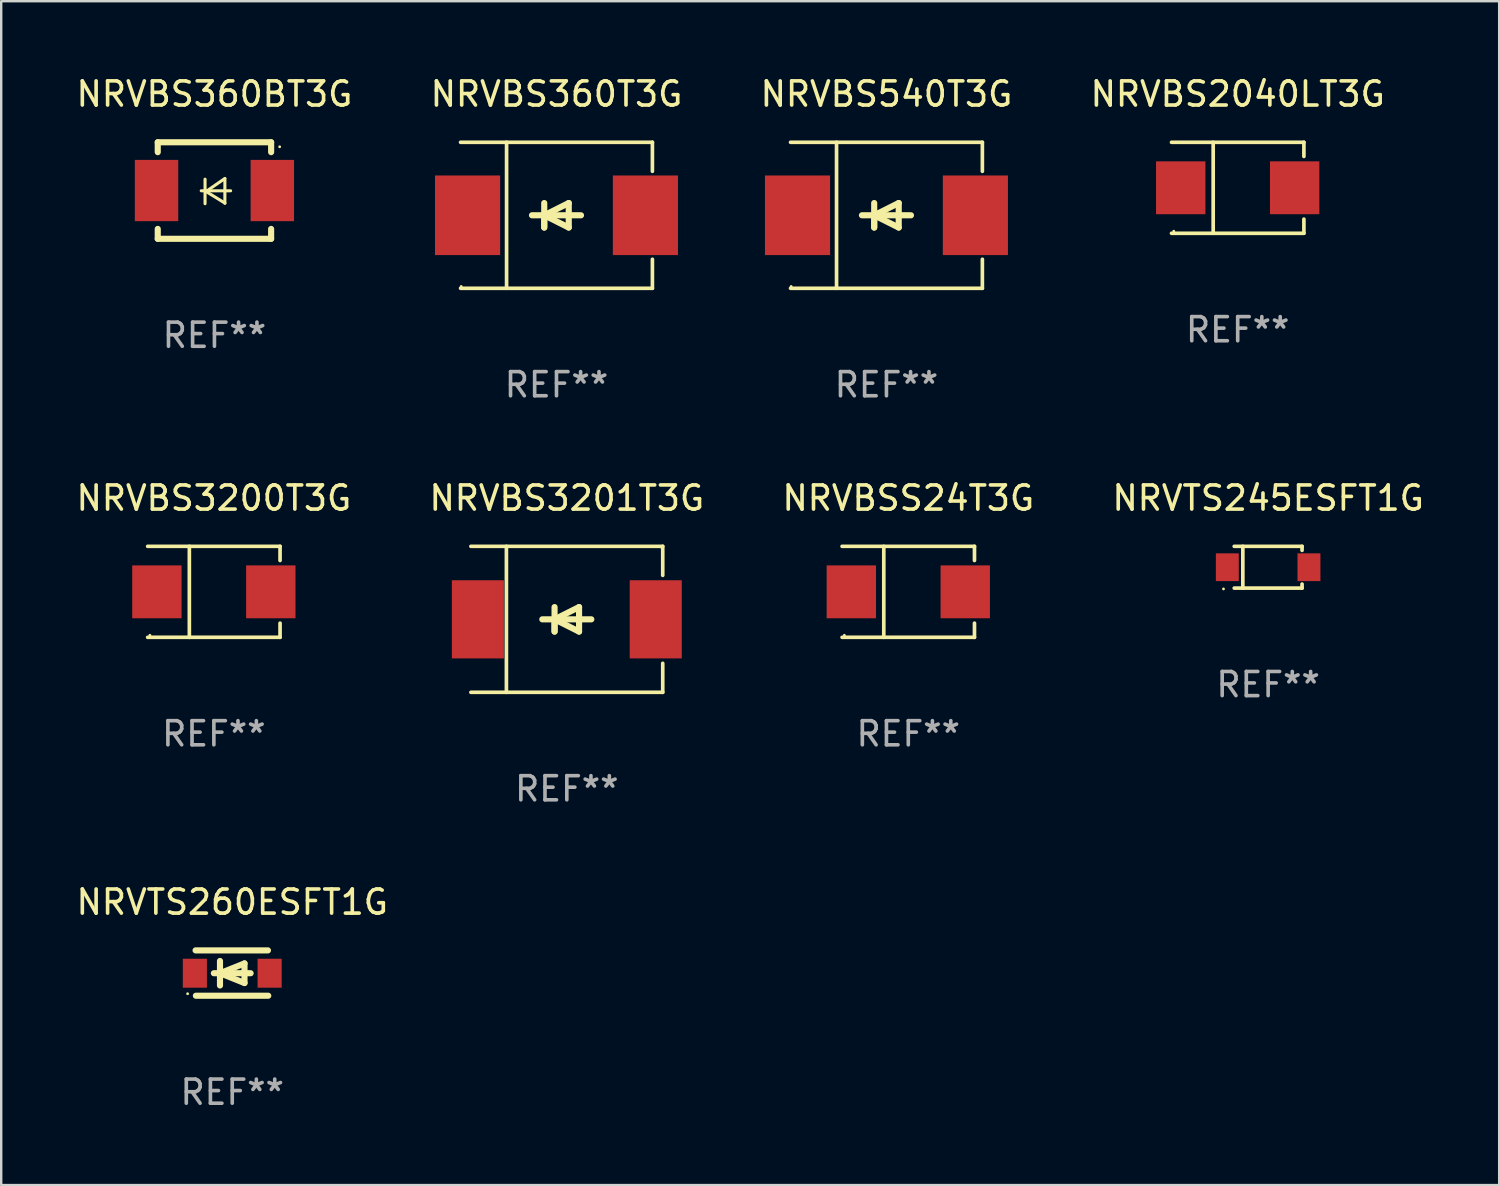
<source format=kicad_pcb>
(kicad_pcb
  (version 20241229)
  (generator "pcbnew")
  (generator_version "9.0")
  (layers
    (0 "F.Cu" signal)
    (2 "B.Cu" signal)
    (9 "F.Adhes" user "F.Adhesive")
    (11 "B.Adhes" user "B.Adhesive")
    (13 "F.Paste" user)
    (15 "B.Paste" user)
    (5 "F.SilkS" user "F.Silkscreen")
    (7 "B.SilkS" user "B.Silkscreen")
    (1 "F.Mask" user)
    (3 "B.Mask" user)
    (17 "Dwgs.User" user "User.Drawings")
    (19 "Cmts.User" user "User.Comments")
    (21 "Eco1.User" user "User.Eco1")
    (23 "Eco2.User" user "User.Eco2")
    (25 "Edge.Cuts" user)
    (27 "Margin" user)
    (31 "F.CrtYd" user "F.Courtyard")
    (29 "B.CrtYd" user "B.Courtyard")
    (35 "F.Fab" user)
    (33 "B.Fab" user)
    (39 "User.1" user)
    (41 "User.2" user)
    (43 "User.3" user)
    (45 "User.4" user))
  (footprint "NRVBS2040LT3G"
    (layer "F.Cu")
    (at 48.256 4.734)
    (property "Reference" "NRVBS2040LT3G" (at 0 -3.886 0) (layer "F.SilkS") (effects (font (size 1 1) (thickness 0.15))))
    (attr through_hole)
    (fp_line (start -2.744 -1.886) (end 2.744 -1.886) (stroke (width 0.152) (type solid)) (layer "F.SilkS"))
    (fp_line (start -2.744 1.886) (end 2.744 1.886) (stroke (width 0.152) (type solid)) (layer "F.SilkS"))
    (fp_line (start -1.016 -1.886) (end -1.016 1.886) (stroke (width 0.152) (type solid)) (layer "F.SilkS"))
    (fp_line (start 2.744 -1.886) (end 2.744 -1.299) (stroke (width 0.152) (type solid)) (layer "F.SilkS"))
    (fp_line (start 2.744 1.886) (end 2.744 1.299) (stroke (width 0.152) (type solid)) (layer "F.SilkS"))
    (fp_circle (center -2.65 1.8) (end -2.62 1.8) (stroke (width 0.06) (type solid)) (fill no) (layer "F.SilkS"))
    (fp_text user "REF**" (at 0 5.886 0) (layer "F.Fab") (effects (font (size 1 1) (thickness 0.15))))
    (pad "1" smd rect (at -2.361 0) (size 2.047 2.192) (layers "F.Cu" "F.Mask" "F.Paste"))
    (pad "2" smd rect (at 2.361 0) (size 2.047 2.192) (layers "F.Cu" "F.Mask" "F.Paste")))
  (footprint "NRVBS360BT3G"
    (layer "F.Cu")
    (at 5.839 4.848)
    (property "Reference" "NRVBS360BT3G" (at 0 -4 0) (layer "F.SilkS") (effects (font (size 1 1) (thickness 0.15))))
    (attr through_hole)
    (fp_line (start -2.35 -2) (end -2.35 -1.591) (stroke (width 0.254) (type solid)) (layer "F.SilkS"))
    (fp_line (start -2.35 -2) (end 2.35 -2) (stroke (width 0.254) (type solid)) (layer "F.SilkS"))
    (fp_line (start -2.35 1.591) (end -2.35 2) (stroke (width 0.254) (type solid)) (layer "F.SilkS"))
    (fp_line (start -2.35 2) (end 2.35 2) (stroke (width 0.254) (type solid)) (layer "F.SilkS"))
    (fp_line (start -0.548 0.01) (end 0.671 0.01) (stroke (width 0.127) (type solid)) (layer "F.SilkS"))
    (fp_line (start -0.389 -0.47) (end -0.389 0.546) (stroke (width 0.127) (type solid)) (layer "F.SilkS"))
    (fp_line (start -0.35 0.04) (end 0.433 0.52) (stroke (width 0.127) (type solid)) (layer "F.SilkS"))
    (fp_line (start 0.433 -0.5) (end -0.35 0.04) (stroke (width 0.127) (type solid)) (layer "F.SilkS"))
    (fp_line (start 0.433 0.53) (end 0.433 -0.486) (stroke (width 0.127) (type solid)) (layer "F.SilkS"))
    (fp_line (start 2.35 -2) (end 2.35 -1.591) (stroke (width 0.254) (type solid)) (layer "F.SilkS"))
    (fp_line (start 2.35 1.591) (end 2.35 2) (stroke (width 0.254) (type solid)) (layer "F.SilkS"))
    (fp_circle (center 2.704 -1.813) (end 2.734 -1.813) (stroke (width 0.06) (type solid)) (fill no) (layer "F.SilkS"))
    (fp_text user "REF**" (at 0 6 0) (layer "F.Fab") (effects (font (size 1 1) (thickness 0.15))))
    (pad "1" smd rect (at 2.4 0) (size 1.8 2.54) (layers "F.Cu" "F.Mask" "F.Paste"))
    (pad "2" smd rect (at -2.4 0) (size 1.8 2.54) (layers "F.Cu" "F.Mask" "F.Paste")))
  (footprint "NRVTS260ESFT1G"
    (layer "F.Cu")
    (at 6.577 37.286)
    (property "Reference" "NRVTS260ESFT1G" (at 0 -2.94 0) (layer "F.SilkS") (effects (font (size 1 1) (thickness 0.15))))
    (attr through_hole)
    (fp_line (start -1.52 -0.94) (end 1.48 -0.94) (stroke (width 0.254) (type solid)) (layer "F.SilkS"))
    (fp_line (start -1.507 0.94) (end 1.493 0.94) (stroke (width 0.254) (type solid)) (layer "F.SilkS"))
    (fp_line (start -0.762 0.007) (end 0.762 0.007) (stroke (width 0.254) (type solid)) (layer "F.SilkS"))
    (fp_line (start -0.508 -0.501) (end -0.508 0.515) (stroke (width 0.254) (type solid)) (layer "F.SilkS"))
    (fp_line (start -0.508 0.007) (end 0.508 -0.4) (stroke (width 0.254) (type solid)) (layer "F.SilkS"))
    (fp_line (start 0.508 -0.4) (end 0.508 0.413) (stroke (width 0.254) (type solid)) (layer "F.SilkS"))
    (fp_line (start 0.508 0.413) (end -0.508 0.007) (stroke (width 0.254) (type solid)) (layer "F.SilkS"))
    (fp_circle (center -1.85 0.857) (end -1.82 0.857) (stroke (width 0.06) (type solid)) (fill no) (layer "F.SilkS"))
    (fp_text user "REF**" (at 0 4.94 0) (layer "F.Fab") (effects (font (size 1 1) (thickness 0.15))))
    (pad "1" smd rect (at -1.55 0.007) (size 1 1.2) (layers "F.Cu" "F.Mask" "F.Paste"))
    (pad "2" smd rect (at 1.55 0.007) (size 1 1.2) (layers "F.Cu" "F.Mask" "F.Paste")))
  (footprint "NRVBS3201T3G"
    (layer "F.Cu")
    (at 20.446 22.623)
    (property "Reference" "NRVBS3201T3G" (at 0 -5.026 0) (layer "F.SilkS") (effects (font (size 1 1) (thickness 0.15))))
    (attr through_hole)
    (fp_line (start -3.976 -3.026) (end 3.976 -3.026) (stroke (width 0.152) (type solid)) (layer "F.SilkS"))
    (fp_line (start -3.976 3.026) (end 3.976 3.026) (stroke (width 0.152) (type solid)) (layer "F.SilkS"))
    (fp_line (start -2.504 -3.026) (end -2.504 3.026) (stroke (width 0.152) (type solid)) (layer "F.SilkS"))
    (fp_line (start -0.508 0) (end -0.508 0.508) (stroke (width 0.254) (type solid)) (layer "F.SilkS"))
    (fp_line (start -0.508 0) (end 0.508 0.508) (stroke (width 0.254) (type solid)) (layer "F.SilkS"))
    (fp_line (start -0.508 0.508) (end -0.508 -0.508) (stroke (width 0.254) (type solid)) (layer "F.SilkS"))
    (fp_line (start 0.508 -0.508) (end -0.508 0) (stroke (width 0.254) (type solid)) (layer "F.SilkS"))
    (fp_line (start 0.508 0.508) (end 0.508 -0.508) (stroke (width 0.254) (type solid)) (layer "F.SilkS"))
    (fp_line (start 1.016 0) (end -1.016 0) (stroke (width 0.254) (type solid)) (layer "F.SilkS"))
    (fp_line (start 3.976 -3.026) (end 3.976 -1.823) (stroke (width 0.152) (type solid)) (layer "F.SilkS"))
    (fp_line (start 3.976 3.026) (end 3.976 1.823) (stroke (width 0.152) (type solid)) (layer "F.SilkS"))
    (fp_circle (center 3.95 -2.95) (end 3.98 -2.95) (stroke (width 0.06) (type solid)) (fill no) (layer "F.SilkS"))
    (fp_text user "REF**" (at 0 7.026 0) (layer "F.Fab") (effects (font (size 1 1) (thickness 0.15))))
    (pad "1" smd rect (at 3.686 0 180) (size 2.158 3.24) (layers "F.Cu" "F.Mask" "F.Paste"))
    (pad "2" smd rect (at -3.686 0 180) (size 2.158 3.24) (layers "F.Cu" "F.Mask" "F.Paste")))
  (footprint "NRVTS245ESFT1G"
    (layer "F.Cu")
    (at 49.518 20.463)
    (property "Reference" "NRVTS245ESFT1G" (at 0 -2.866 0) (layer "F.SilkS") (effects (font (size 1 1) (thickness 0.15))))
    (attr through_hole)
    (fp_line (start -1.406 -0.866) (end 1.406 -0.866) (stroke (width 0.152) (type solid)) (layer "F.SilkS"))
    (fp_line (start -1.406 0.866) (end 1.406 0.866) (stroke (width 0.152) (type solid)) (layer "F.SilkS"))
    (fp_line (start -1.049 -0.866) (end -1.049 0.866) (stroke (width 0.152) (type solid)) (layer "F.SilkS"))
    (fp_line (start 1.406 -0.866) (end 1.406 -0.698) (stroke (width 0.152) (type solid)) (layer "F.SilkS"))
    (fp_line (start 1.406 0.866) (end 1.406 0.698) (stroke (width 0.152) (type solid)) (layer "F.SilkS"))
    (fp_circle (center -1.851 0.9) (end -1.821 0.9) (stroke (width 0.06) (type solid)) (fill no) (layer "F.SilkS"))
    (fp_text user "REF**" (at 0 4.866 0) (layer "F.Fab") (effects (font (size 1 1) (thickness 0.15))))
    (pad "1" smd rect (at -1.692 0) (size 0.95 1.15) (layers "F.Cu" "F.Mask" "F.Paste"))
    (pad "2" smd rect (at 1.692 0) (size 0.95 1.15) (layers "F.Cu" "F.Mask" "F.Paste")))
  (footprint "NRVBS540T3G"
    (layer "F.Cu")
    (at 33.696 5.874)
    (property "Reference" "NRVBS540T3G" (at 0 -5.026 0) (layer "F.SilkS") (effects (font (size 1 1) (thickness 0.15))))
    (attr through_hole)
    (fp_line (start -3.976 -3.026) (end 3.976 -3.026) (stroke (width 0.152) (type solid)) (layer "F.SilkS"))
    (fp_line (start -3.976 3.026) (end 3.976 3.026) (stroke (width 0.152) (type solid)) (layer "F.SilkS"))
    (fp_line (start -2.069 -3.026) (end -2.069 3.026) (stroke (width 0.152) (type solid)) (layer "F.SilkS"))
    (fp_line (start -0.508 0) (end -0.508 0.508) (stroke (width 0.254) (type solid)) (layer "F.SilkS"))
    (fp_line (start -0.508 0) (end 0.508 0.508) (stroke (width 0.254) (type solid)) (layer "F.SilkS"))
    (fp_line (start -0.508 0.508) (end -0.508 -0.508) (stroke (width 0.254) (type solid)) (layer "F.SilkS"))
    (fp_line (start 0.508 -0.508) (end -0.508 0) (stroke (width 0.254) (type solid)) (layer "F.SilkS"))
    (fp_line (start 0.508 0.508) (end 0.508 -0.508) (stroke (width 0.254) (type solid)) (layer "F.SilkS"))
    (fp_line (start 1.016 0) (end -1.016 0) (stroke (width 0.254) (type solid)) (layer "F.SilkS"))
    (fp_line (start 3.976 -3.026) (end 3.976 -1.823) (stroke (width 0.152) (type solid)) (layer "F.SilkS"))
    (fp_line (start 3.976 3.026) (end 3.976 1.823) (stroke (width 0.152) (type solid)) (layer "F.SilkS"))
    (fp_circle (center -3.95 2.95) (end -3.92 2.95) (stroke (width 0.06) (type solid)) (fill no) (layer "F.SilkS"))
    (fp_text user "REF**" (at 0 7.026 0) (layer "F.Fab") (effects (font (size 1 1) (thickness 0.15))))
    (pad "1" smd rect (at -3.686 0) (size 2.7 3.3) (layers "F.Cu" "F.Mask" "F.Paste"))
    (pad "2" smd rect (at 3.686 0) (size 2.7 3.3) (layers "F.Cu" "F.Mask" "F.Paste")))
  (footprint "NRVBSS24T3G"
    (layer "F.Cu")
    (at 34.601 21.483)
    (property "Reference" "NRVBSS24T3G" (at 0 -3.886 0) (layer "F.SilkS") (effects (font (size 1 1) (thickness 0.15))))
    (attr through_hole)
    (fp_line (start -2.744 -1.886) (end 2.744 -1.886) (stroke (width 0.152) (type solid)) (layer "F.SilkS"))
    (fp_line (start -2.744 1.886) (end 2.744 1.886) (stroke (width 0.152) (type solid)) (layer "F.SilkS"))
    (fp_line (start -1.016 -1.886) (end -1.016 1.886) (stroke (width 0.152) (type solid)) (layer "F.SilkS"))
    (fp_line (start 2.744 -1.886) (end 2.744 -1.299) (stroke (width 0.152) (type solid)) (layer "F.SilkS"))
    (fp_line (start 2.744 1.886) (end 2.744 1.299) (stroke (width 0.152) (type solid)) (layer "F.SilkS"))
    (fp_circle (center -2.65 1.8) (end -2.62 1.8) (stroke (width 0.06) (type solid)) (fill no) (layer "F.SilkS"))
    (fp_text user "REF**" (at 0 5.886 0) (layer "F.Fab") (effects (font (size 1 1) (thickness 0.15))))
    (pad "1" smd rect (at -2.361 0) (size 2.047 2.192) (layers "F.Cu" "F.Mask" "F.Paste"))
    (pad "2" smd rect (at 2.361 0) (size 2.047 2.192) (layers "F.Cu" "F.Mask" "F.Paste")))
  (footprint "NRVBS3200T3G"
    (layer "F.Cu")
    (at 5.815 21.483)
    (property "Reference" "NRVBS3200T3G" (at 0 -3.886 0) (layer "F.SilkS") (effects (font (size 1 1) (thickness 0.15))))
    (attr through_hole)
    (fp_line (start -2.744 -1.886) (end 2.744 -1.886) (stroke (width 0.152) (type solid)) (layer "F.SilkS"))
    (fp_line (start -2.744 1.886) (end 2.744 1.886) (stroke (width 0.152) (type solid)) (layer "F.SilkS"))
    (fp_line (start -1.016 -1.886) (end -1.016 1.886) (stroke (width 0.152) (type solid)) (layer "F.SilkS"))
    (fp_line (start 2.744 -1.886) (end 2.744 -1.299) (stroke (width 0.152) (type solid)) (layer "F.SilkS"))
    (fp_line (start 2.744 1.886) (end 2.744 1.299) (stroke (width 0.152) (type solid)) (layer "F.SilkS"))
    (fp_circle (center -2.65 1.8) (end -2.62 1.8) (stroke (width 0.06) (type solid)) (fill no) (layer "F.SilkS"))
    (fp_text user "REF**" (at 0 5.886 0) (layer "F.Fab") (effects (font (size 1 1) (thickness 0.15))))
    (pad "1" smd rect (at -2.361 0) (size 2.047 2.192) (layers "F.Cu" "F.Mask" "F.Paste"))
    (pad "2" smd rect (at 2.361 0) (size 2.047 2.192) (layers "F.Cu" "F.Mask" "F.Paste")))
  (footprint "NRVBS360T3G"
    (layer "F.Cu")
    (at 20.018 5.874)
    (property "Reference" "NRVBS360T3G" (at 0 -5.026 0) (layer "F.SilkS") (effects (font (size 1 1) (thickness 0.15))))
    (attr through_hole)
    (fp_line (start -3.976 -3.026) (end 3.976 -3.026) (stroke (width 0.152) (type solid)) (layer "F.SilkS"))
    (fp_line (start -3.976 3.026) (end 3.976 3.026) (stroke (width 0.152) (type solid)) (layer "F.SilkS"))
    (fp_line (start -2.069 -3.026) (end -2.069 3.026) (stroke (width 0.152) (type solid)) (layer "F.SilkS"))
    (fp_line (start -0.508 0) (end -0.508 0.508) (stroke (width 0.254) (type solid)) (layer "F.SilkS"))
    (fp_line (start -0.508 0) (end 0.508 0.508) (stroke (width 0.254) (type solid)) (layer "F.SilkS"))
    (fp_line (start -0.508 0.508) (end -0.508 -0.508) (stroke (width 0.254) (type solid)) (layer "F.SilkS"))
    (fp_line (start 0.508 -0.508) (end -0.508 0) (stroke (width 0.254) (type solid)) (layer "F.SilkS"))
    (fp_line (start 0.508 0.508) (end 0.508 -0.508) (stroke (width 0.254) (type solid)) (layer "F.SilkS"))
    (fp_line (start 1.016 0) (end -1.016 0) (stroke (width 0.254) (type solid)) (layer "F.SilkS"))
    (fp_line (start 3.976 -3.026) (end 3.976 -1.823) (stroke (width 0.152) (type solid)) (layer "F.SilkS"))
    (fp_line (start 3.976 3.026) (end 3.976 1.823) (stroke (width 0.152) (type solid)) (layer "F.SilkS"))
    (fp_circle (center -3.95 2.95) (end -3.92 2.95) (stroke (width 0.06) (type solid)) (fill no) (layer "F.SilkS"))
    (fp_text user "REF**" (at 0 7.026 0) (layer "F.Fab") (effects (font (size 1 1) (thickness 0.15))))
    (pad "1" smd rect (at -3.686 0) (size 2.7 3.3) (layers "F.Cu" "F.Mask" "F.Paste"))
    (pad "2" smd rect (at 3.686 0) (size 2.7 3.3) (layers "F.Cu" "F.Mask" "F.Paste")))
  (gr_rect
    (start -3 -3)
    (end 59.095 46.074)
    (stroke (width 0.1) (type default))
    (fill no)
    (layer "Edge.Cuts")))
</source>
